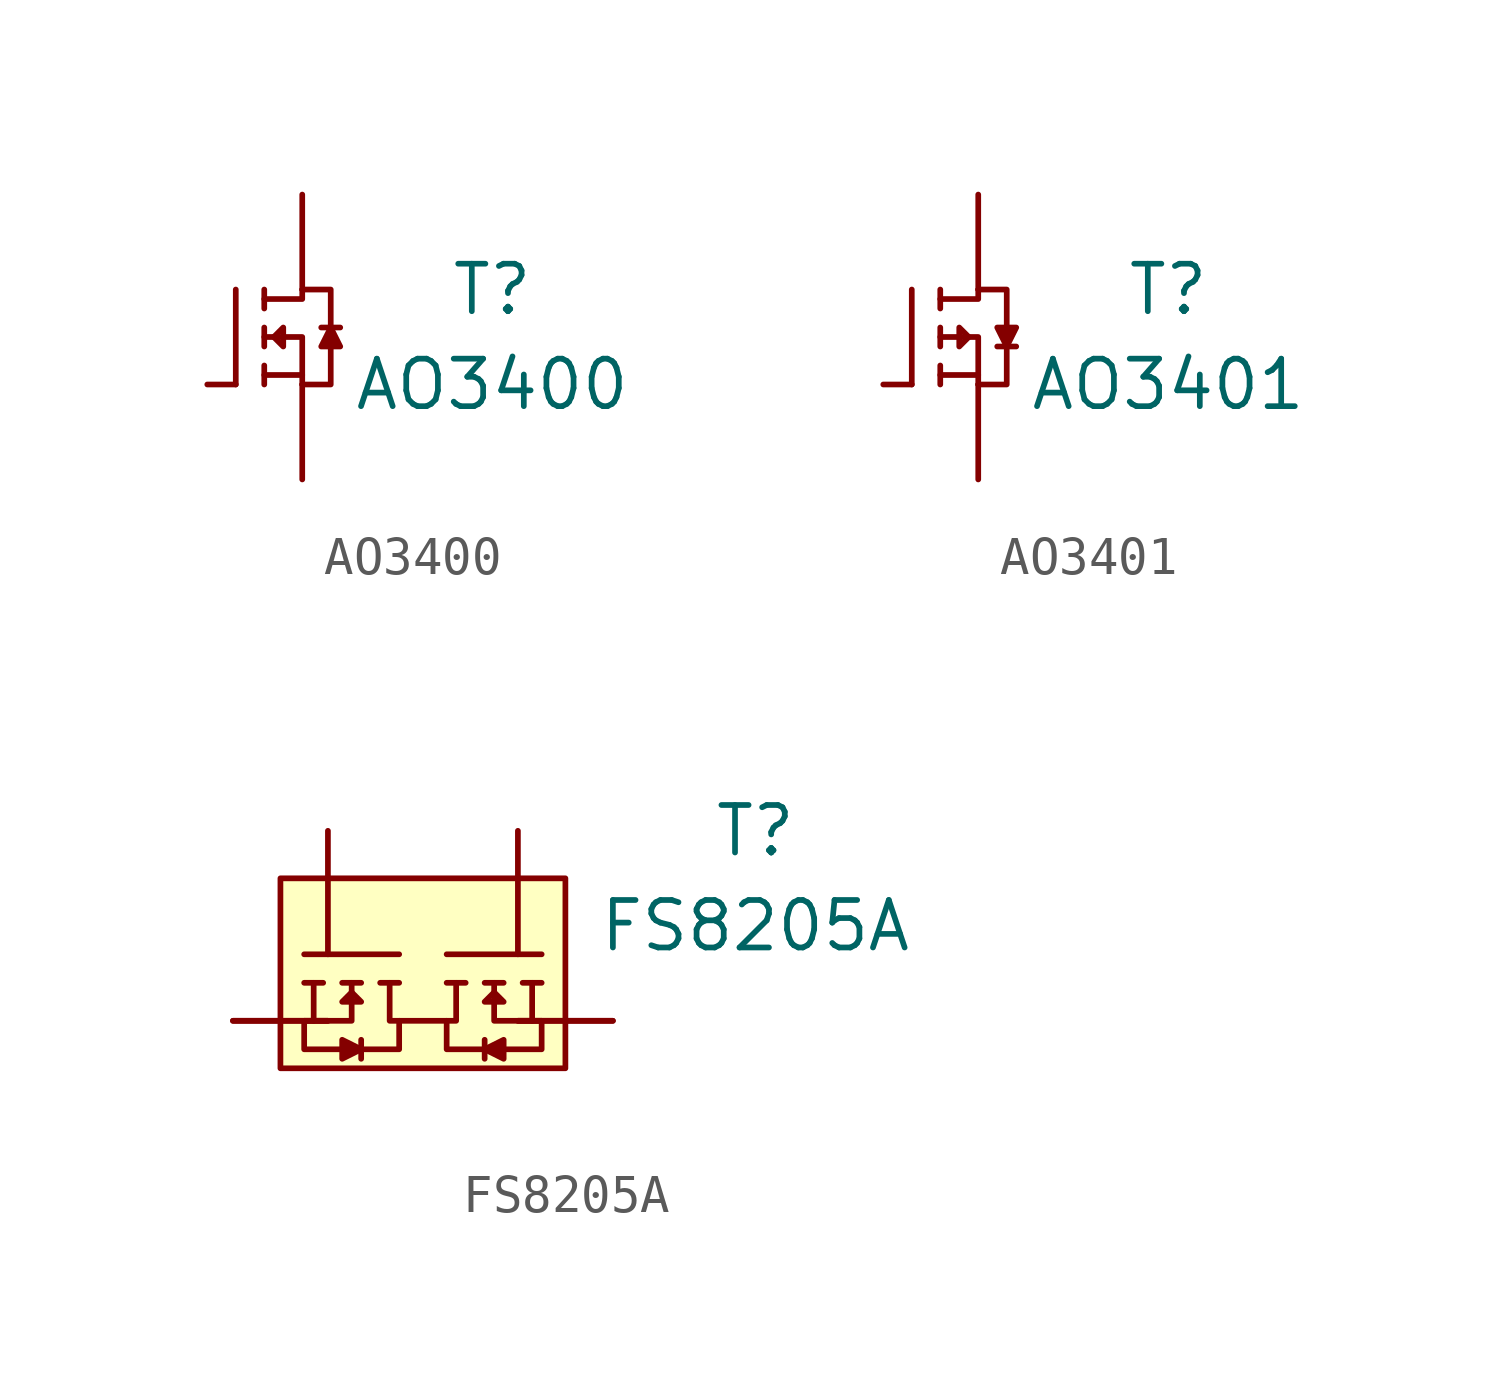
<source format=kicad_sym>
(kicad_symbol_lib
  (version 20211014)
  (generator kicad_symbol_editor)
  (symbol "AO3400"
    (pin_numbers hide)
    (pin_names
      (offset 1.016) hide)
    (property "Reference" "T"
      (at 5.08 2.54 0)
      (effects (font (size 1.27 1.27))))
    (property "Value" "AO3400"
      (at 5.08 0 0)
      (effects (font (size 1.27 1.27))))
    (symbol "AO3400_0_1"
      (polyline (pts (xy -1.778 0) (xy -1.778 2.54)) (stroke (width 0) (type default) (color 0 0 0 0)) (fill (type none)))
      (polyline (pts (xy -1.016 0.508) (xy -1.016 0)) (stroke (width 0) (type default) (color 0 0 0 0)) (fill (type none)))
      (polyline (pts (xy -1.016 1.016) (xy -1.016 1.524)) (stroke (width 0) (type default) (color 0 0 0 0)) (fill (type none)))
      (polyline (pts (xy -1.016 2.032) (xy -1.016 2.54)) (stroke (width 0) (type default) (color 0 0 0 0)) (fill (type none)))
      (polyline (pts (xy 0 0.254) (xy -1.016 0.254)) (stroke (width 0) (type default) (color 0 0 0 0)) (fill (type none)))
      (polyline (pts (xy 0.508 1.524) (xy 1.016 1.524)) (stroke (width 0) (type default) (color 0 0 0 0)) (fill (type none)))
      (polyline (pts (xy -1.016 1.27) (xy 0 1.27) (xy 0 0)) (stroke (width 0) (type default) (color 0 0 0 0)) (fill (type none)))
      (polyline (pts (xy -1.016 2.286) (xy 0 2.286) (xy 0 2.54)) (stroke (width 0) (type default) (color 0 0 0 0)) (fill (type none)))
      (polyline (pts (xy -0.762 1.27) (xy -0.508 1.524) (xy -0.508 1.016) (xy -0.762 1.27)) (stroke (width 0) (type default) (color 0 0 0 0)) (fill (type none)))
      (polyline (pts (xy 0 0) (xy 0.762 0) (xy 0.762 2.54) (xy 0 2.54)) (stroke (width 0) (type default) (color 0 0 0 0)) (fill (type none)))
      (polyline (pts (xy 0.508 1.016) (xy 0.762 1.524) (xy 1.016 1.016) (xy 0.508 1.016)) (stroke (width 0) (type default) (color 0 0 0 0)) (fill (type outline))))
    (symbol "AO3400_1_1"
      (pin input line (at -2.54 0 0) (length 0.762) (name "G" (effects (font (size 1.27 1.27)))) (number "1" (effects (font (size 1.27 1.27)))))
      (pin power_out line (at 0 -2.54 90) (length 2.54) (name "S" (effects (font (size 1.27 1.27)))) (number "2" (effects (font (size 1.27 1.27)))))
      (pin power_in line (at 0 5.08 270) (length 2.54) (name "D" (effects (font (size 1.27 1.27)))) (number "3" (effects (font (size 1.27 1.27)))))))
  (symbol "AO3401"
    (pin_numbers hide)
    (pin_names
      (offset 1.016) hide)
    (property "Reference" "T"
      (at 5.08 2.54 0)
      (effects (font (size 1.27 1.27))))
    (property "Value" "AO3401"
      (at 5.08 0 0)
      (effects (font (size 1.27 1.27))))
    (symbol "AO3401_0_1"
      (polyline (pts (xy -1.778 0) (xy -1.778 2.54)) (stroke (width 0) (type default) (color 0 0 0 0)) (fill (type none)))
      (polyline (pts (xy -1.016 0.508) (xy -1.016 0)) (stroke (width 0) (type default) (color 0 0 0 0)) (fill (type none)))
      (polyline (pts (xy -1.016 1.016) (xy -1.016 1.524)) (stroke (width 0) (type default) (color 0 0 0 0)) (fill (type none)))
      (polyline (pts (xy -1.016 2.032) (xy -1.016 2.54)) (stroke (width 0) (type default) (color 0 0 0 0)) (fill (type none)))
      (polyline (pts (xy 0 0.254) (xy -1.016 0.254)) (stroke (width 0) (type default) (color 0 0 0 0)) (fill (type none)))
      (polyline (pts (xy 0.508 1.016) (xy 1.016 1.016)) (stroke (width 0) (type default) (color 0 0 0 0)) (fill (type none)))
      (polyline (pts (xy -1.016 1.27) (xy 0 1.27) (xy 0 0)) (stroke (width 0) (type default) (color 0 0 0 0)) (fill (type none)))
      (polyline (pts (xy -1.016 2.286) (xy 0 2.286) (xy 0 2.54)) (stroke (width 0) (type default) (color 0 0 0 0)) (fill (type none)))
      (polyline (pts (xy -0.254 1.27) (xy -0.508 1.524) (xy -0.508 1.016) (xy -0.254 1.27)) (stroke (width 0) (type default) (color 0 0 0 0)) (fill (type none)))
      (polyline (pts (xy 0 0) (xy 0.762 0) (xy 0.762 2.54) (xy 0 2.54)) (stroke (width 0) (type default) (color 0 0 0 0)) (fill (type none)))
      (polyline (pts (xy 0.508 1.524) (xy 0.762 1.016) (xy 1.016 1.524) (xy 0.508 1.524)) (stroke (width 0) (type default) (color 0 0 0 0)) (fill (type outline))))
    (symbol "AO3401_1_1"
      (pin input line (at -2.54 0 0) (length 0.762) (name "G" (effects (font (size 1.27 1.27)))) (number "1" (effects (font (size 1.27 1.27)))))
      (pin power_out line (at 0 -2.54 90) (length 2.54) (name "S" (effects (font (size 1.27 1.27)))) (number "2" (effects (font (size 1.27 1.27)))))
      (pin power_in line (at 0 5.08 270) (length 2.54) (name "D" (effects (font (size 1.27 1.27)))) (number "3" (effects (font (size 1.27 1.27)))))))
  (symbol "FS8205A"
    (pin_numbers hide)
    (pin_names
      (offset 1.016) hide)
    (property "Reference" "T"
      (at 8.89 2.54 0)
      (effects (font (size 1.27 1.27))))
    (property "Value" "FS8205A"
      (at 8.89 0 0)
      (effects (font (size 1.27 1.27))))
    (symbol "FS8205A_0_1"
      (polyline (pts (xy 0.635 -2.54) (xy -0.635 -2.54)) (stroke (width 0) (type default) (color 0 0 0 0)) (fill (type none)))
      (rectangle (start 3.81 1.27) (end -3.81 -3.81) (stroke (width 0) (type default) (color 0 0 0 0)) (fill (type background))))
    (symbol "FS8205A_1_1"
      (polyline (pts (xy -3.175 -0.762) (xy -0.635 -0.762)) (stroke (width 0) (type default) (color 0 0 0 0)) (fill (type none)))
      (polyline (pts (xy -2.921 -2.54) (xy -2.921 -1.524)) (stroke (width 0) (type default) (color 0 0 0 0)) (fill (type none)))
      (polyline (pts (xy -2.667 -1.524) (xy -3.175 -1.524)) (stroke (width 0) (type default) (color 0 0 0 0)) (fill (type none)))
      (polyline (pts (xy -2.159 -1.524) (xy -1.651 -1.524)) (stroke (width 0) (type default) (color 0 0 0 0)) (fill (type none)))
      (polyline (pts (xy -1.651 -3.048) (xy -1.651 -3.556)) (stroke (width 0) (type default) (color 0 0 0 0)) (fill (type none)))
      (polyline (pts (xy -1.143 -1.524) (xy -0.635 -1.524)) (stroke (width 0) (type default) (color 0 0 0 0)) (fill (type none)))
      (polyline (pts (xy 1.143 -1.524) (xy 0.635 -1.524)) (stroke (width 0) (type default) (color 0 0 0 0)) (fill (type none)))
      (polyline (pts (xy 1.651 -3.048) (xy 1.651 -3.556)) (stroke (width 0) (type default) (color 0 0 0 0)) (fill (type none)))
      (polyline (pts (xy 2.159 -1.524) (xy 1.651 -1.524)) (stroke (width 0) (type default) (color 0 0 0 0)) (fill (type none)))
      (polyline (pts (xy 2.667 -1.524) (xy 3.175 -1.524)) (stroke (width 0) (type default) (color 0 0 0 0)) (fill (type none)))
      (polyline (pts (xy 2.921 -2.54) (xy 2.921 -1.524)) (stroke (width 0) (type default) (color 0 0 0 0)) (fill (type none)))
      (polyline (pts (xy 3.175 -0.762) (xy 0.635 -0.762)) (stroke (width 0) (type default) (color 0 0 0 0)) (fill (type none)))
      (polyline (pts (xy -1.905 -1.524) (xy -1.905 -2.54) (xy -3.175 -2.54)) (stroke (width 0) (type default) (color 0 0 0 0)) (fill (type none)))
      (polyline (pts (xy -0.889 -1.524) (xy -0.889 -2.54) (xy -0.635 -2.54)) (stroke (width 0) (type default) (color 0 0 0 0)) (fill (type none)))
      (polyline (pts (xy 0.889 -1.524) (xy 0.889 -2.54) (xy 0.635 -2.54)) (stroke (width 0) (type default) (color 0 0 0 0)) (fill (type none)))
      (polyline (pts (xy 1.905 -1.524) (xy 1.905 -2.54) (xy 3.175 -2.54)) (stroke (width 0) (type default) (color 0 0 0 0)) (fill (type none)))
      (polyline (pts (xy -3.175 -2.54) (xy -3.175 -3.302) (xy -0.635 -3.302) (xy -0.635 -2.54)) (stroke (width 0) (type default) (color 0 0 0 0)) (fill (type none)))
      (polyline (pts (xy -2.159 -3.048) (xy -1.651 -3.302) (xy -2.159 -3.556) (xy -2.159 -3.048)) (stroke (width 0) (type default) (color 0 0 0 0)) (fill (type outline)))
      (polyline (pts (xy -1.905 -1.778) (xy -1.651 -2.032) (xy -2.159 -2.032) (xy -1.905 -1.778)) (stroke (width 0) (type default) (color 0 0 0 0)) (fill (type none)))
      (polyline (pts (xy 1.905 -1.778) (xy 1.651 -2.032) (xy 2.159 -2.032) (xy 1.905 -1.778)) (stroke (width 0) (type default) (color 0 0 0 0)) (fill (type none)))
      (polyline (pts (xy 2.159 -3.048) (xy 1.651 -3.302) (xy 2.159 -3.556) (xy 2.159 -3.048)) (stroke (width 0) (type default) (color 0 0 0 0)) (fill (type outline)))
      (polyline (pts (xy 3.175 -2.54) (xy 3.175 -3.302) (xy 0.635 -3.302) (xy 0.635 -2.54)) (stroke (width 0) (type default) (color 0 0 0 0)) (fill (type none)))
      (pin power_out line (at 0 -5.08 90) (length 2.54) hide (name "D12" (effects (font (size 1.27 1.27)))) (number "1" (effects (font (size 1.27 1.27)))))
      (pin bidirectional line (at -5.08 -2.54 0) (length 2.54) (name "S1" (effects (font (size 1.27 1.27)))) (number "2" (effects (font (size 1.27 1.27)))))
      (pin bidirectional line (at -5.08 -2.54 0) (length 2.54) (name "S1" (effects (font (size 1.27 1.27)))) (number "3" (effects (font (size 1.27 1.27)))))
      (pin input line (at -2.54 2.54 270) (length 3.302) (name "G1" (effects (font (size 1.27 1.27)))) (number "4" (effects (font (size 1.27 1.27)))))
      (pin input line (at 2.54 2.54 270) (length 3.302) (name "G2" (effects (font (size 1.27 1.27)))) (number "5" (effects (font (size 1.27 1.27)))))
      (pin bidirectional line (at 5.08 -2.54 180) (length 2.54) (name "S2" (effects (font (size 1.27 1.27)))) (number "6" (effects (font (size 1.27 1.27)))))
      (pin bidirectional line (at 5.08 -2.54 180) (length 2.54) (name "S2" (effects (font (size 1.27 1.27)))) (number "7" (effects (font (size 1.27 1.27)))))
      (pin power_out line (at 0 -5.08 90) (length 2.54) hide (name "D12" (effects (font (size 1.27 1.27)))) (number "8" (effects (font (size 1.27 1.27))))))))
</source>
